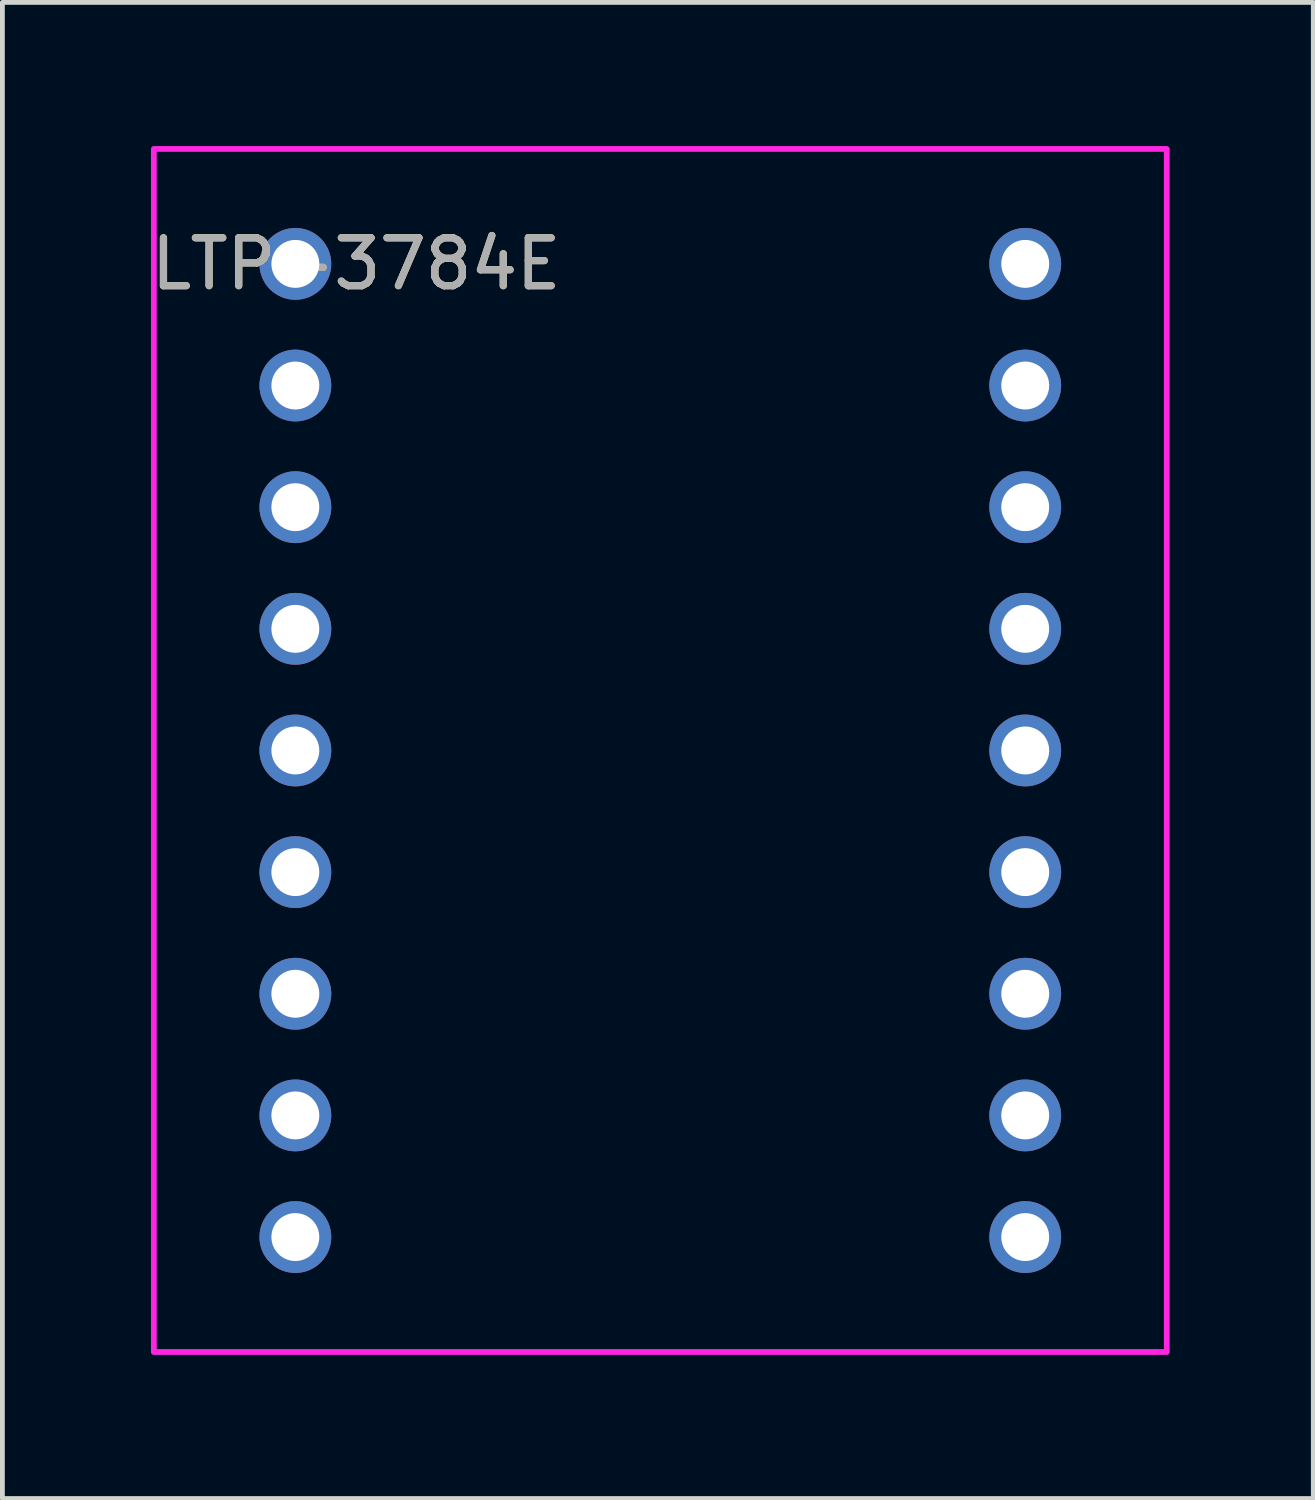
<source format=kicad_pcb>
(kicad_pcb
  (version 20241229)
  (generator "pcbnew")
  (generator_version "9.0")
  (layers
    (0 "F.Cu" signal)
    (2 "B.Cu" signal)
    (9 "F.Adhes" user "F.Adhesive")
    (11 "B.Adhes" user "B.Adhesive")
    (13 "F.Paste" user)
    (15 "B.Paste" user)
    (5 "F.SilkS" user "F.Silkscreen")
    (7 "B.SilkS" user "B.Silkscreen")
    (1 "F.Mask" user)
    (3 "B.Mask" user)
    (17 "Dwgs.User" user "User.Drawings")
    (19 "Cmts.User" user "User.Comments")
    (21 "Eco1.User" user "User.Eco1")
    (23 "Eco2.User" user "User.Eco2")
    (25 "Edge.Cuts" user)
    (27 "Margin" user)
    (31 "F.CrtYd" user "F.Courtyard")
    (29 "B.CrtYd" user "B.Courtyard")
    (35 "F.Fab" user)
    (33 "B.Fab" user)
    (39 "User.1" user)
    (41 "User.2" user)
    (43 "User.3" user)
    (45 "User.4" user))
  (footprint "LTP-3784E"
    (layer "F.Cu")
    (at 10.737 12.62)
    (property "Reference" "LTP-3784E" (at -6.35 -10.16 0) (unlocked yes) (layer "F.SilkS") (effects (font (size 1 1) (thickness 0.15))))
    (attr through_hole)
    (fp_rect (start 10.575 -12.56) (end -10.575 12.56) (stroke (width 0.12) (type solid)) (fill no) (layer "F.CrtYd"))
    (fp_text user "${REFERENCE}" (at -6.35 -10.16 0) (unlocked yes) (layer "F.Fab") (effects (font (size 1 1) (thickness 0.15))))
    (pad "1" thru_hole circle (at -7.62 -10.16) (size 1.5 1.5) (drill 1) (layers "*.Cu" "*.Mask"))
    (pad "2" thru_hole circle (at -7.62 -7.62) (size 1.5 1.5) (drill 1) (layers "*.Cu" "*.Mask"))
    (pad "3" thru_hole circle (at -7.62 -5.08) (size 1.5 1.5) (drill 1) (layers "*.Cu" "*.Mask"))
    (pad "4" thru_hole circle (at -7.62 -2.54) (size 1.5 1.5) (drill 1) (layers "*.Cu" "*.Mask"))
    (pad "5" thru_hole circle (at -7.62 0) (size 1.5 1.5) (drill 1) (layers "*.Cu" "*.Mask"))
    (pad "6" thru_hole circle (at -7.62 2.54) (size 1.5 1.5) (drill 1) (layers "*.Cu" "*.Mask"))
    (pad "7" thru_hole circle (at -7.62 5.08) (size 1.5 1.5) (drill 1) (layers "*.Cu" "*.Mask"))
    (pad "8" thru_hole circle (at -7.62 7.62) (size 1.5 1.5) (drill 1) (layers "*.Cu" "*.Mask"))
    (pad "9" thru_hole circle (at -7.62 10.16) (size 1.5 1.5) (drill 1) (layers "*.Cu" "*.Mask"))
    (pad "10" thru_hole circle (at 7.62 10.16) (size 1.5 1.5) (drill 1) (layers "*.Cu" "*.Mask"))
    (pad "11" thru_hole circle (at 7.62 7.62) (size 1.5 1.5) (drill 1) (layers "*.Cu" "*.Mask"))
    (pad "12" thru_hole circle (at 7.62 5.08) (size 1.5 1.5) (drill 1) (layers "*.Cu" "*.Mask"))
    (pad "13" thru_hole circle (at 7.62 2.54) (size 1.5 1.5) (drill 1) (layers "*.Cu" "*.Mask"))
    (pad "14" thru_hole circle (at 7.62 0) (size 1.5 1.5) (drill 1) (layers "*.Cu" "*.Mask"))
    (pad "15" thru_hole circle (at 7.62 -2.54) (size 1.5 1.5) (drill 1) (layers "*.Cu" "*.Mask"))
    (pad "16" thru_hole circle (at 7.62 -5.08) (size 1.5 1.5) (drill 1) (layers "*.Cu" "*.Mask"))
    (pad "17" thru_hole circle (at 7.62 -7.62) (size 1.5 1.5) (drill 1) (layers "*.Cu" "*.Mask"))
    (pad "18" thru_hole circle (at 7.62 -10.16) (size 1.5 1.5) (drill 1) (layers "*.Cu" "*.Mask")))
  (gr_rect
    (start -3 -3)
    (end 24.372 28.24)
    (stroke (width 0.1) (type default))
    (fill no)
    (layer "Edge.Cuts")))
</source>
